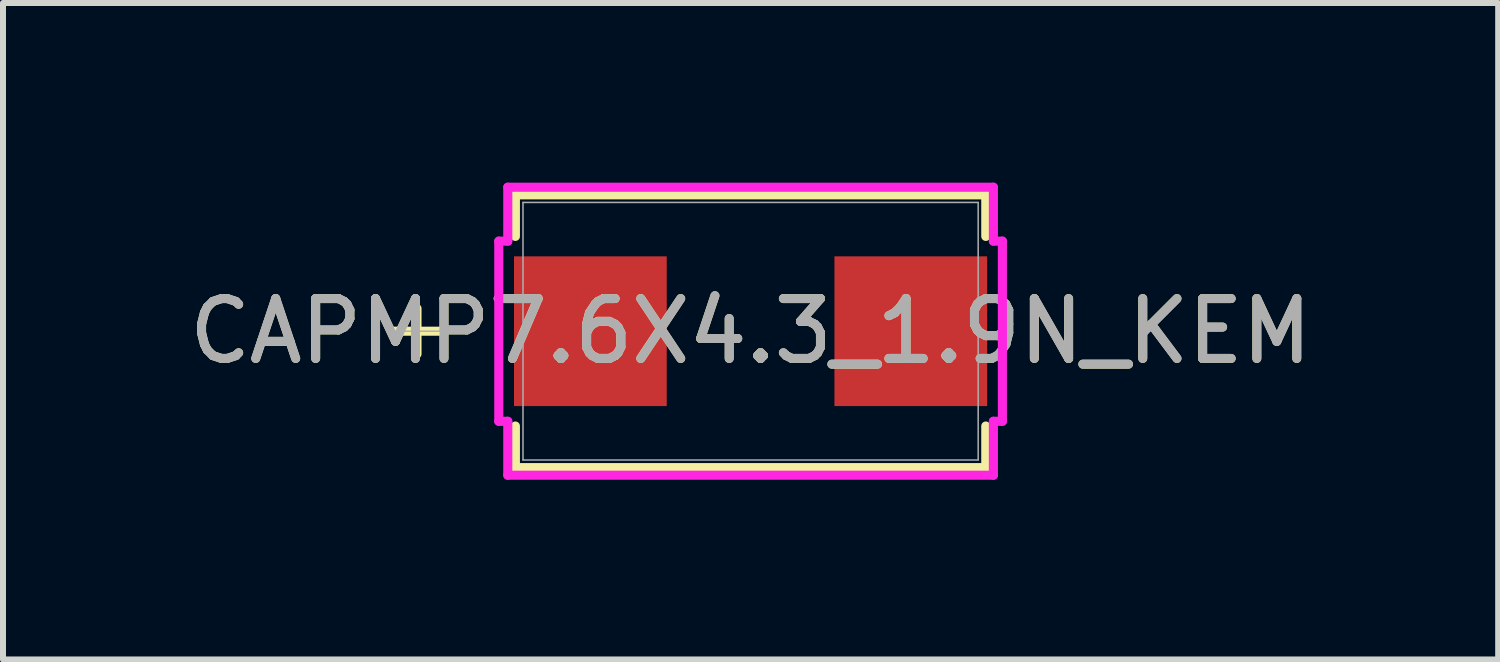
<source format=kicad_pcb>
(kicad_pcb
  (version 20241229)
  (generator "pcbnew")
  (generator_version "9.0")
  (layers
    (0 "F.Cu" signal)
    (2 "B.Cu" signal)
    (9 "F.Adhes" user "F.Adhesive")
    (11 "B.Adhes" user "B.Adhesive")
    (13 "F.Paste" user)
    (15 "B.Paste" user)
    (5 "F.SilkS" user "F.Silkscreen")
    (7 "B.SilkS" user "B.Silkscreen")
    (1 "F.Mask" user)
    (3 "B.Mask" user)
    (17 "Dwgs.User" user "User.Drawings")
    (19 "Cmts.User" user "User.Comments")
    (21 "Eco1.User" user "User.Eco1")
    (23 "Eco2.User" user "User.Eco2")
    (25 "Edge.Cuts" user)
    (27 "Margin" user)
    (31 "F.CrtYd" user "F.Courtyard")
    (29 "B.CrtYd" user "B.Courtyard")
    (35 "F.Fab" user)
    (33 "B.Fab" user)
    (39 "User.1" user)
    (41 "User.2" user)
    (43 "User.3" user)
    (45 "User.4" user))
  (footprint "CAPMP7.6X4.3_1.9N_KEM"
    (layer "F.Cu")
    (at 9.482 2.48)
    (property "Reference" "CAPMP7.6X4.3_1.9N_KEM" (at 0 0 0) (unlocked yes) (layer "F.SilkS") (effects (font (size 1 1) (thickness 0.15))))
    (attr smd)
    (fp_line (start -5.57 -0.381) (end -5.57 0.381) (stroke (width 0.152) (type solid)) (layer "F.SilkS"))
    (fp_line (start -5.189 0) (end -5.951 0) (stroke (width 0.152) (type solid)) (layer "F.SilkS"))
    (fp_line (start -3.927 -2.277) (end -3.927 -1.583) (stroke (width 0.152) (type solid)) (layer "F.SilkS"))
    (fp_line (start -3.927 1.583) (end -3.927 2.277) (stroke (width 0.152) (type solid)) (layer "F.SilkS"))
    (fp_line (start -3.927 2.277) (end 3.927 2.277) (stroke (width 0.152) (type solid)) (layer "F.SilkS"))
    (fp_line (start 3.927 -2.277) (end -3.927 -2.277) (stroke (width 0.152) (type solid)) (layer "F.SilkS"))
    (fp_line (start 3.927 -1.583) (end 3.927 -2.277) (stroke (width 0.152) (type solid)) (layer "F.SilkS"))
    (fp_line (start 3.927 2.277) (end 3.927 1.583) (stroke (width 0.152) (type solid)) (layer "F.SilkS"))
    (fp_line (start -4.204 -1.504) (end -4.054 -1.504) (stroke (width 0.152) (type solid)) (layer "F.CrtYd"))
    (fp_line (start -4.204 1.504) (end -4.204 -1.504) (stroke (width 0.152) (type solid)) (layer "F.CrtYd"))
    (fp_line (start -4.054 -2.404) (end 4.054 -2.404) (stroke (width 0.152) (type solid)) (layer "F.CrtYd"))
    (fp_line (start -4.054 -1.504) (end -4.054 -2.404) (stroke (width 0.152) (type solid)) (layer "F.CrtYd"))
    (fp_line (start -4.054 1.504) (end -4.204 1.504) (stroke (width 0.152) (type solid)) (layer "F.CrtYd"))
    (fp_line (start -4.054 2.404) (end -4.054 1.504) (stroke (width 0.152) (type solid)) (layer "F.CrtYd"))
    (fp_line (start 4.054 -2.404) (end 4.054 -1.504) (stroke (width 0.152) (type solid)) (layer "F.CrtYd"))
    (fp_line (start 4.054 -1.504) (end 4.204 -1.504) (stroke (width 0.152) (type solid)) (layer "F.CrtYd"))
    (fp_line (start 4.054 1.504) (end 4.054 2.404) (stroke (width 0.152) (type solid)) (layer "F.CrtYd"))
    (fp_line (start 4.054 2.404) (end -4.054 2.404) (stroke (width 0.152) (type solid)) (layer "F.CrtYd"))
    (fp_line (start 4.204 -1.504) (end 4.204 1.504) (stroke (width 0.152) (type solid)) (layer "F.CrtYd"))
    (fp_line (start 4.204 1.504) (end 4.054 1.504) (stroke (width 0.152) (type solid)) (layer "F.CrtYd"))
    (fp_line (start -5.57 -0.381) (end -5.57 0.381) (stroke (width 0.025) (type solid)) (layer "F.Fab"))
    (fp_line (start -5.189 0) (end -5.951 0) (stroke (width 0.025) (type solid)) (layer "F.Fab"))
    (fp_line (start -3.8 -2.15) (end -3.8 2.15) (stroke (width 0.025) (type solid)) (layer "F.Fab"))
    (fp_line (start -3.8 2.15) (end 3.8 2.15) (stroke (width 0.025) (type solid)) (layer "F.Fab"))
    (fp_line (start 3.8 -2.15) (end -3.8 -2.15) (stroke (width 0.025) (type solid)) (layer "F.Fab"))
    (fp_line (start 3.8 2.15) (end 3.8 -2.15) (stroke (width 0.025) (type solid)) (layer "F.Fab"))
    (fp_text user "${REFERENCE}" (at 0 0 0) (unlocked yes) (layer "F.Fab") (effects (font (size 1 1) (thickness 0.15))))
    (pad "1" smd rect (at -2.675 0 90) (size 2.5 2.55) (layers "F.Cu" "F.Mask" "F.Paste"))
    (pad "2" smd rect (at 2.675 0 90) (size 2.5 2.55) (layers "F.Cu" "F.Mask" "F.Paste"))
    (zone (net_name "") (layer "F.Cu") (hatch full 0.508) (connect_pads) (min_thickness 0.254) (filled_areas_thickness no) (keepout (tracks not_allowed) (vias not_allowed) (pads allowed) (copperpour not_allowed) (footprints allowed)) (placement (enabled no)) (fill) (polygon (pts (xy 5.733 0.381) (xy 13.231 0.381) (xy 13.231 1.179) (xy 5.733 1.179))))
    (zone (net_name "") (layer "F.Cu") (hatch full 0.508) (connect_pads) (min_thickness 0.254) (filled_areas_thickness no) (keepout (tracks not_allowed) (vias not_allowed) (pads allowed) (copperpour not_allowed) (footprints allowed)) (placement (enabled no)) (fill) (polygon (pts (xy 5.733 3.781) (xy 13.231 3.781) (xy 13.231 4.579) (xy 5.733 4.579))))
    (zone (net_name "") (layer "F.Cu") (hatch full 0.508) (connect_pads) (min_thickness 0.254) (filled_areas_thickness no) (keepout (tracks not_allowed) (vias not_allowed) (pads allowed) (copperpour not_allowed) (footprints allowed)) (placement (enabled no)) (fill) (polygon (pts (xy 7.833 1.179) (xy 11.131 1.179) (xy 11.131 3.781) (xy 7.833 3.781)))))
  (gr_rect
    (start -3 -3)
    (end 21.964 7.96)
    (stroke (width 0.1) (type default))
    (fill no)
    (layer "Edge.Cuts")))
</source>
